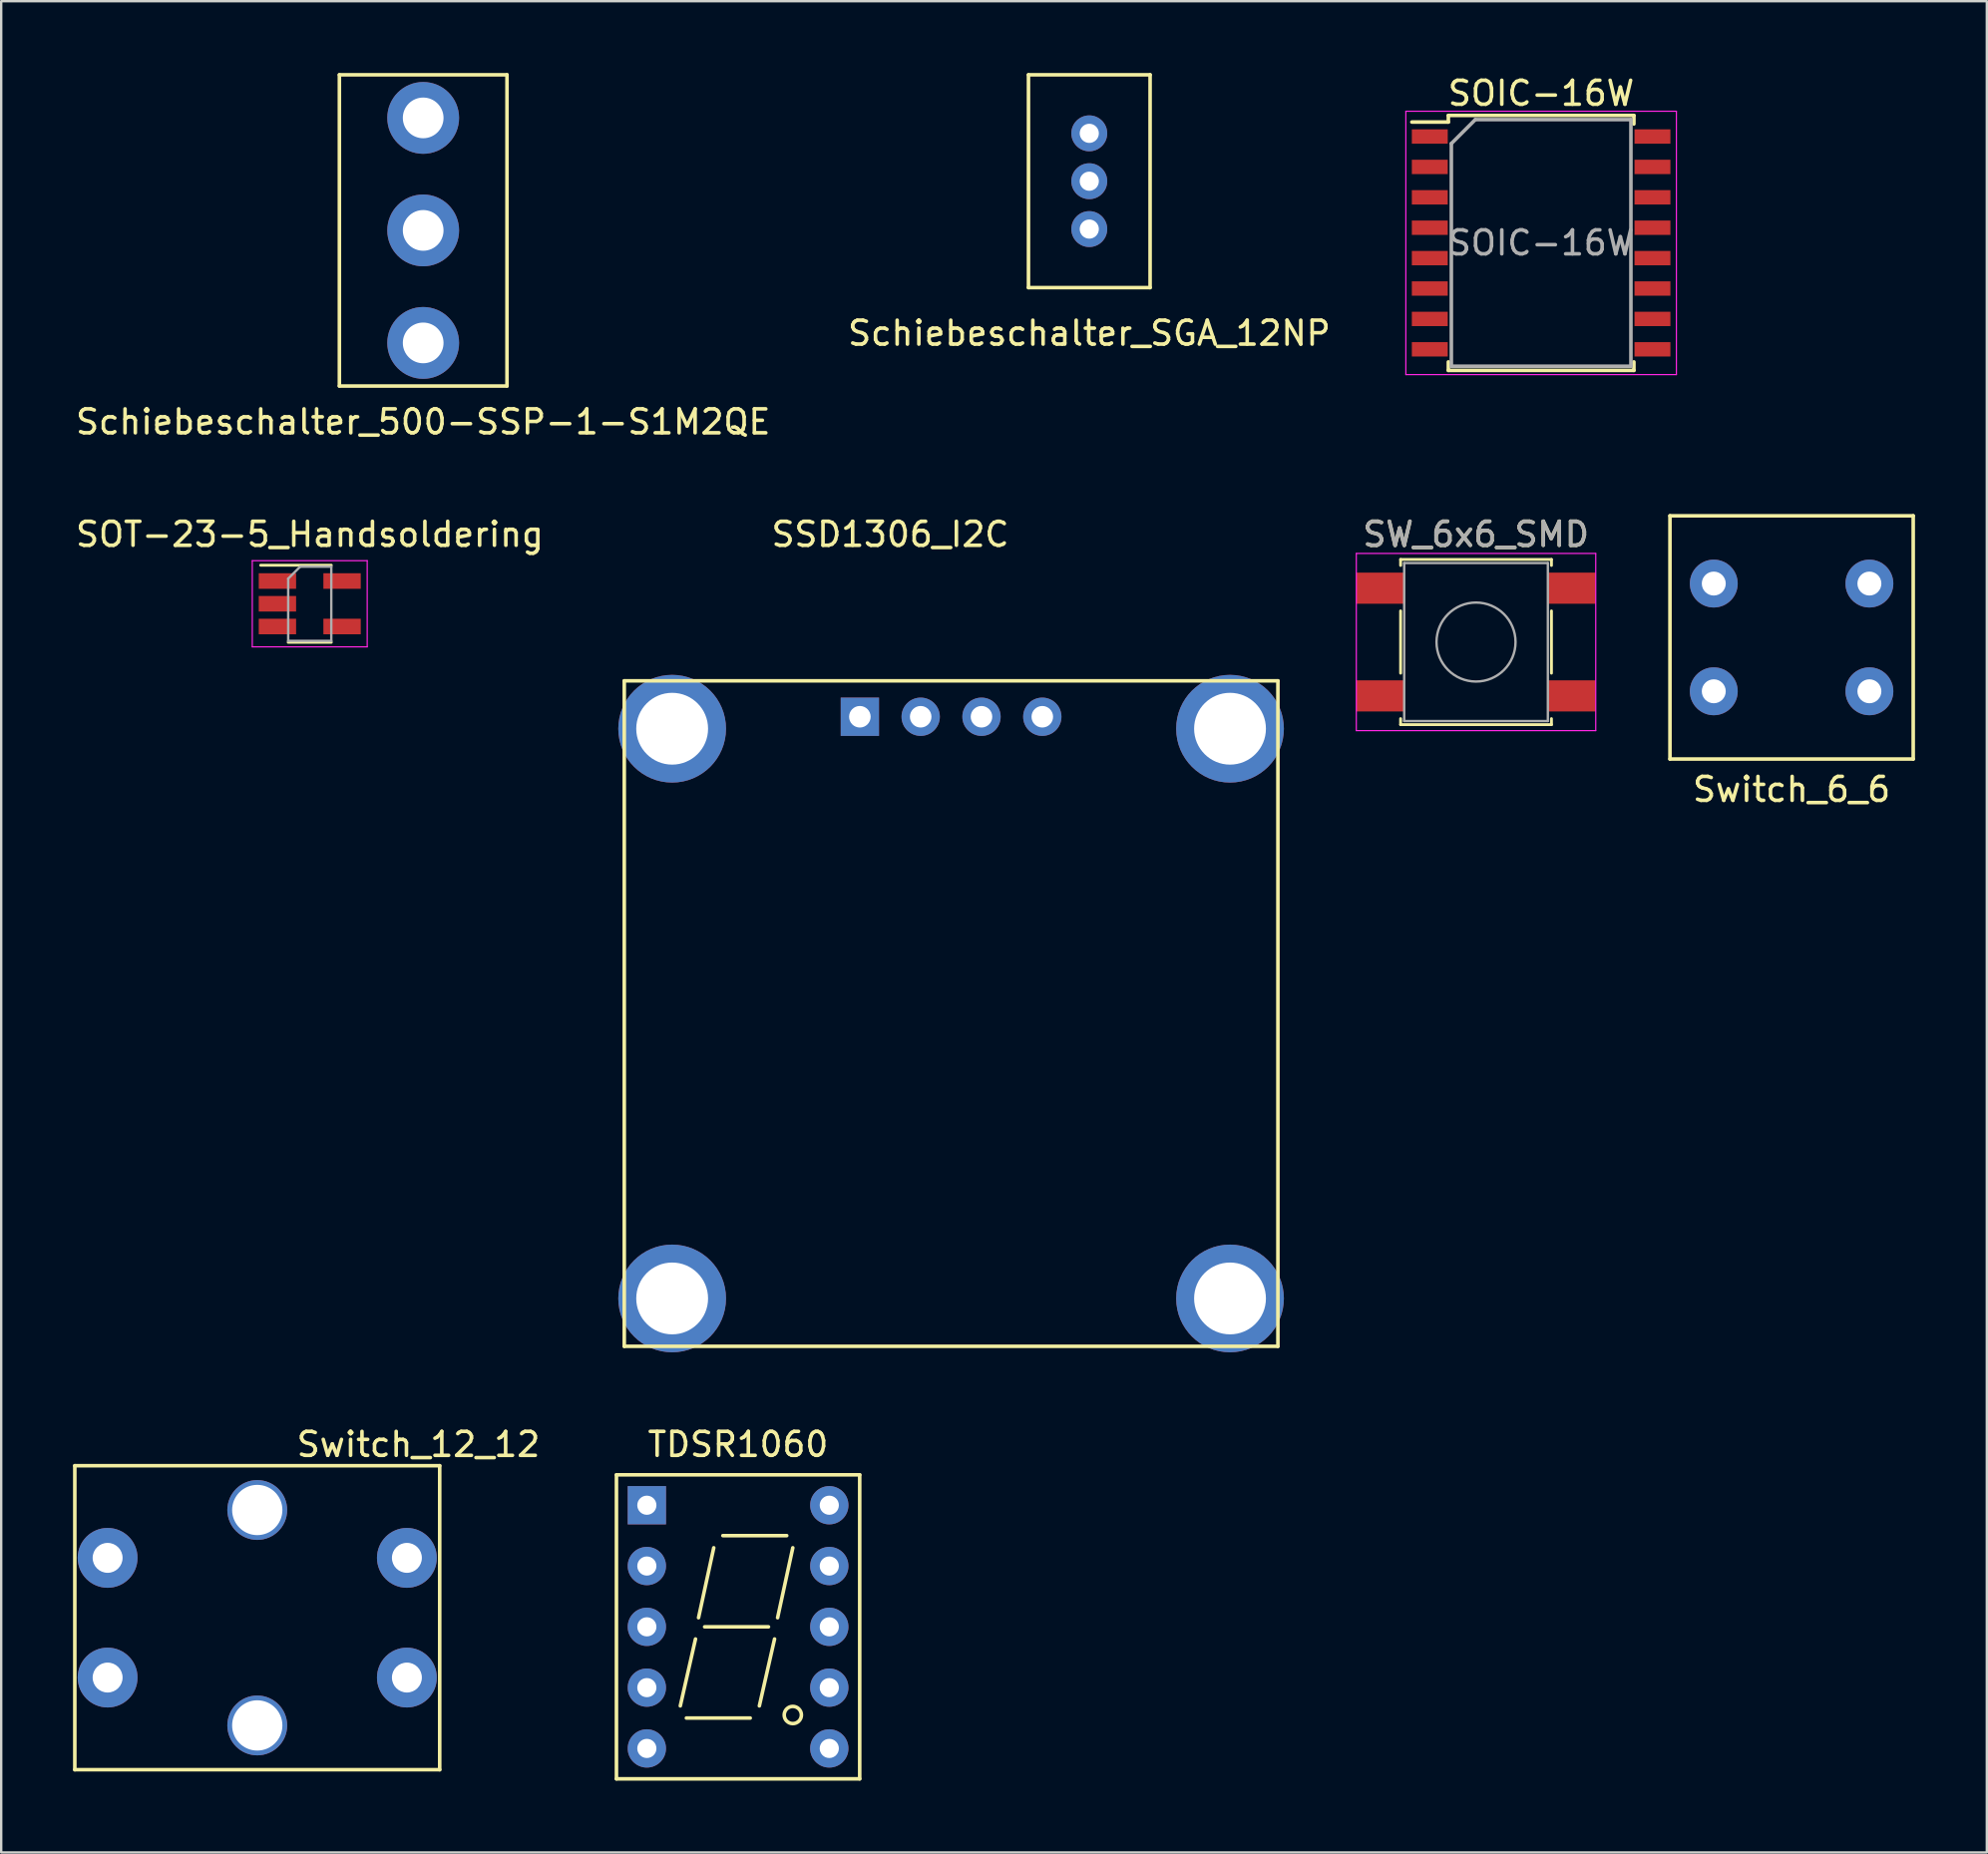
<source format=kicad_pcb>
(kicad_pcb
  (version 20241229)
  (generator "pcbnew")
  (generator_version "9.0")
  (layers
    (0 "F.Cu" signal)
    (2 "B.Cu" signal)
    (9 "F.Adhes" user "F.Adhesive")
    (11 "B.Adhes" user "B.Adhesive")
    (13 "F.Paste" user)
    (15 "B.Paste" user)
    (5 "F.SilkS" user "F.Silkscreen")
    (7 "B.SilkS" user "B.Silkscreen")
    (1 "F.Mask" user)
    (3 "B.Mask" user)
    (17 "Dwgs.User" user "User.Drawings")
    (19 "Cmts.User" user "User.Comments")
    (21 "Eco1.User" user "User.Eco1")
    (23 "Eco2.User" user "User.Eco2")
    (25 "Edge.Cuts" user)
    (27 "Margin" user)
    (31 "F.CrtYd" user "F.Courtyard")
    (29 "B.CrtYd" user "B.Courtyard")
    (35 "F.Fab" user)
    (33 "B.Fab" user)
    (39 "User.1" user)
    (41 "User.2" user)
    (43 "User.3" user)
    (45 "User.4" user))
  (footprint "SOT-23-5_Handsoldering"
    (layer "F.Cu")
    (at 9.887 22.172)
    (property "Reference" "SOT-23-5_Handsoldering" (at 0 -2.9 0) (layer "F.SilkS") (effects (font (size 1 1) (thickness 0.15))))
    (attr smd)
    (fp_line (start -0.9 1.61) (end 0.9 1.61) (stroke (width 0.12) (type solid)) (layer "F.SilkS"))
    (fp_line (start 0.9 -1.61) (end -2.05 -1.61) (stroke (width 0.12) (type solid)) (layer "F.SilkS"))
    (fp_line (start -2.4 -1.8) (end 2.4 -1.8) (stroke (width 0.05) (type solid)) (layer "F.CrtYd"))
    (fp_line (start -2.4 1.8) (end -2.4 -1.8) (stroke (width 0.05) (type solid)) (layer "F.CrtYd"))
    (fp_line (start 2.4 -1.8) (end 2.4 1.8) (stroke (width 0.05) (type solid)) (layer "F.CrtYd"))
    (fp_line (start 2.4 1.8) (end -2.4 1.8) (stroke (width 0.05) (type solid)) (layer "F.CrtYd"))
    (fp_line (start -0.9 -1.05) (end -0.9 1.55) (stroke (width 0.1) (type solid)) (layer "F.Fab"))
    (fp_line (start -0.4 -1.55) (end -0.9 -1.05) (stroke (width 0.1) (type solid)) (layer "F.Fab"))
    (fp_line (start 0.9 -1.55) (end -0.4 -1.55) (stroke (width 0.1) (type solid)) (layer "F.Fab"))
    (fp_line (start 0.9 -1.55) (end 0.9 1.55) (stroke (width 0.1) (type solid)) (layer "F.Fab"))
    (fp_line (start 0.9 1.55) (end -0.9 1.55) (stroke (width 0.1) (type solid)) (layer "F.Fab"))
    (pad "1" smd rect (at -1.35 -0.95) (size 1.56 0.65) (layers "F.Cu" "F.Mask" "F.Paste"))
    (pad "2" smd rect (at -1.35 0) (size 1.56 0.65) (layers "F.Cu" "F.Mask" "F.Paste"))
    (pad "3" smd rect (at -1.35 0.95) (size 1.56 0.65) (layers "F.Cu" "F.Mask" "F.Paste"))
    (pad "4" smd rect (at 1.35 0.95) (size 1.56 0.65) (layers "F.Cu" "F.Mask" "F.Paste"))
    (pad "5" smd rect (at 1.35 -0.95) (size 1.56 0.65) (layers "F.Cu" "F.Mask" "F.Paste")))
  (footprint "Schiebeschalter_500-SSP-1-S1M2QE"
    (layer "F.Cu")
    (at 14.625 6.575)
    (property "Reference" "Schiebeschalter_500-SSP-1-S1M2QE" (at 0 8 0) (layer "F.SilkS") (effects (font (size 1 1) (thickness 0.15))))
    (attr through_hole)
    (fp_line (start -3.5 -6.5) (end 3.5 -6.5) (stroke (width 0.15) (type solid)) (layer "F.SilkS"))
    (fp_line (start -3.5 6.5) (end -3.5 -6.5) (stroke (width 0.15) (type solid)) (layer "F.SilkS"))
    (fp_line (start 3.5 -6.5) (end 3.5 6.5) (stroke (width 0.15) (type solid)) (layer "F.SilkS"))
    (fp_line (start 3.5 6.5) (end -3.5 6.5) (stroke (width 0.15) (type solid)) (layer "F.SilkS"))
    (pad "1" thru_hole circle (at 0 0) (size 3 3) (drill 1.7) (layers "*.Cu" "*.Mask"))
    (pad "2" thru_hole circle (at 0 -4.7) (size 3 3) (drill 1.7) (layers "*.Cu" "*.Mask"))
    (pad "3" thru_hole circle (at 0 4.7) (size 3 3) (drill 1.7) (layers "*.Cu" "*.Mask")))
  (footprint "TDSR1060"
    (layer "F.Cu")
    (at 27.777 64.91)
    (property "Reference" "TDSR1060" (at 0 -7.62 0) (layer "F.SilkS") (effects (font (size 1 1) (thickness 0.15))))
    (attr through_hole)
    (fp_line (start -5.08 -6.35) (end -5.08 6.35) (stroke (width 0.15) (type solid)) (layer "F.SilkS"))
    (fp_line (start -5.08 6.35) (end 5.08 6.35) (stroke (width 0.15) (type solid)) (layer "F.SilkS"))
    (fp_line (start -2.413 3.302) (end -1.778 0.508) (stroke (width 0.15) (type solid)) (layer "F.SilkS"))
    (fp_line (start -2.159 3.81) (end 0.508 3.81) (stroke (width 0.15) (type solid)) (layer "F.SilkS"))
    (fp_line (start -1.651 -0.381) (end -1.016 -3.302) (stroke (width 0.15) (type solid)) (layer "F.SilkS"))
    (fp_line (start -1.397 0) (end 1.27 0) (stroke (width 0.15) (type solid)) (layer "F.SilkS"))
    (fp_line (start -0.635 -3.81) (end 2.032 -3.81) (stroke (width 0.15) (type solid)) (layer "F.SilkS"))
    (fp_line (start 0.889 3.302) (end 1.524 0.508) (stroke (width 0.15) (type solid)) (layer "F.SilkS"))
    (fp_line (start 1.651 -0.381) (end 2.286 -3.302) (stroke (width 0.15) (type solid)) (layer "F.SilkS"))
    (fp_line (start 5.08 -6.35) (end -5.08 -6.35) (stroke (width 0.15) (type solid)) (layer "F.SilkS"))
    (fp_line (start 5.08 6.35) (end 5.08 -6.35) (stroke (width 0.15) (type solid)) (layer "F.SilkS"))
    (fp_circle (center 2.286 3.683) (end 2.54 3.937) (stroke (width 0.15) (type solid)) (fill no) (layer "F.SilkS"))
    (pad "1" thru_hole rect (at -3.81 -5.08) (size 1.6 1.6) (drill 0.8) (layers "*.Cu" "*.Mask"))
    (pad "2" thru_hole circle (at -3.81 -2.54) (size 1.6 1.6) (drill 0.8) (layers "*.Cu" "*.Mask"))
    (pad "3" thru_hole circle (at -3.81 0) (size 1.6 1.6) (drill 0.8) (layers "*.Cu" "*.Mask"))
    (pad "4" thru_hole circle (at -3.81 2.54) (size 1.6 1.6) (drill 0.8) (layers "*.Cu" "*.Mask"))
    (pad "5" thru_hole circle (at -3.81 5.08) (size 1.6 1.6) (drill 0.8) (layers "*.Cu" "*.Mask"))
    (pad "6" thru_hole circle (at 3.81 5.08) (size 1.6 1.6) (drill 0.8) (layers "*.Cu" "*.Mask"))
    (pad "7" thru_hole circle (at 3.81 2.54) (size 1.6 1.6) (drill 0.8) (layers "*.Cu" "*.Mask"))
    (pad "8" thru_hole circle (at 3.81 0) (size 1.6 1.6) (drill 0.8) (layers "*.Cu" "*.Mask"))
    (pad "9" thru_hole circle (at 3.81 -2.54) (size 1.6 1.6) (drill 0.8) (layers "*.Cu" "*.Mask"))
    (pad "10" thru_hole circle (at 3.81 -5.08) (size 1.6 1.6) (drill 0.8) (layers "*.Cu" "*.Mask")))
  (footprint "Switch_12_12"
    (layer "F.Cu")
    (at 7.695 64.529)
    (property "Reference" "Switch_12_12" (at 6.731 -7.239 180) (layer "F.SilkS") (effects (font (size 1 1) (thickness 0.15))))
    (attr through_hole)
    (fp_line (start -7.62 -6.35) (end -7.62 6.35) (stroke (width 0.15) (type solid)) (layer "F.SilkS"))
    (fp_line (start -7.62 6.35) (end 7.62 6.35) (stroke (width 0.15) (type solid)) (layer "F.SilkS"))
    (fp_line (start 7.62 -6.35) (end -7.62 -6.35) (stroke (width 0.15) (type solid)) (layer "F.SilkS"))
    (fp_line (start 7.62 6.35) (end 7.62 -6.35) (stroke (width 0.15) (type solid)) (layer "F.SilkS"))
    (pad "1" thru_hole circle (at -6.25 -2.5) (size 2.5 2.5) (drill 1.25) (layers "*.Cu" "*.Mask"))
    (pad "1" thru_hole circle (at 6.25 -2.5) (size 2.5 2.5) (drill 1.25) (layers "*.Cu" "*.Mask"))
    (pad "2" thru_hole circle (at -6.25 2.5) (size 2.5 2.5) (drill 1.25) (layers "*.Cu" "*.Mask"))
    (pad "2" thru_hole circle (at 6.25 2.5) (size 2.5 2.5) (drill 1.25) (layers "*.Cu" "*.Mask"))
    (pad "3" thru_hole circle (at 0 -4.5) (size 2.5 2.5) (drill 2.1) (layers "*.Cu" "*.Mask"))
    (pad "3" thru_hole circle (at 0 4.5) (size 2.5 2.5) (drill 2.1) (layers "*.Cu" "*.Mask")))
  (footprint "SW_6x6_SMD"
    (layer "F.Cu")
    (at 58.599 23.771)
    (property "Reference" "SW_6x6_SMD" (at 0 -4.5 0) (layer "F.SilkS") (effects (font (size 1 1) (thickness 0.15))))
    (attr smd)
    (fp_line (start -3.15 -3.45) (end 3.15 -3.45) (stroke (width 0.12) (type solid)) (layer "F.SilkS"))
    (fp_line (start -3.15 -3.2) (end -3.15 -3.45) (stroke (width 0.12) (type solid)) (layer "F.SilkS"))
    (fp_line (start -3.15 1.3) (end -3.15 -1.3) (stroke (width 0.12) (type solid)) (layer "F.SilkS"))
    (fp_line (start -3.15 3.45) (end -3.15 3.2) (stroke (width 0.12) (type solid)) (layer "F.SilkS"))
    (fp_line (start 3.15 -3.45) (end 3.15 -3.2) (stroke (width 0.12) (type solid)) (layer "F.SilkS"))
    (fp_line (start 3.15 -1.3) (end 3.15 1.3) (stroke (width 0.12) (type solid)) (layer "F.SilkS"))
    (fp_line (start 3.15 3.2) (end 3.15 3.45) (stroke (width 0.12) (type solid)) (layer "F.SilkS"))
    (fp_line (start 3.15 3.45) (end -3.15 3.45) (stroke (width 0.12) (type solid)) (layer "F.SilkS"))
    (fp_line (start -5 -3.7) (end -5 3.7) (stroke (width 0.05) (type solid)) (layer "F.CrtYd"))
    (fp_line (start -5 3.7) (end 5 3.7) (stroke (width 0.05) (type solid)) (layer "F.CrtYd"))
    (fp_line (start 5 -3.7) (end -5 -3.7) (stroke (width 0.05) (type solid)) (layer "F.CrtYd"))
    (fp_line (start 5 3.7) (end 5 -3.7) (stroke (width 0.05) (type solid)) (layer "F.CrtYd"))
    (fp_line (start -3 -3.3) (end 3 -3.3) (stroke (width 0.1) (type solid)) (layer "F.Fab"))
    (fp_line (start -3 3.3) (end -3 -3.3) (stroke (width 0.1) (type solid)) (layer "F.Fab"))
    (fp_line (start 3 -3.3) (end 3 3.3) (stroke (width 0.1) (type solid)) (layer "F.Fab"))
    (fp_line (start 3 3.3) (end -3 3.3) (stroke (width 0.1) (type solid)) (layer "F.Fab"))
    (fp_circle (center 0 0) (end 1.65 0) (stroke (width 0.1) (type solid)) (fill no) (layer "F.Fab"))
    (fp_text user "${REFERENCE}" (at 0 -4.5 0) (layer "F.Fab") (effects (font (size 1 1) (thickness 0.15))))
    (pad "1" smd rect (at -4 -2.25) (size 2 1.3) (layers "F.Cu" "F.Mask" "F.Paste"))
    (pad "2" smd rect (at -4 2.25) (size 2 1.3) (layers "F.Cu" "F.Mask" "F.Paste"))
    (pad "3" smd rect (at 4 -2.25) (size 2 1.3) (layers "F.Cu" "F.Mask" "F.Paste"))
    (pad "4" smd rect (at 4 2.25) (size 2 1.3) (layers "F.Cu" "F.Mask" "F.Paste")))
  (footprint "SSD1306_I2C"
    (layer "F.Cu")
    (at 36.674 26.892)
    (property "Reference" "SSD1306_I2C" (at -2.54 -7.62 0) (layer "F.SilkS") (effects (font (size 1 1) (thickness 0.15))))
    (attr through_hole)
    (fp_line (start -13.65 -1.5) (end -13.65 26.3) (stroke (width 0.15) (type solid)) (layer "F.SilkS"))
    (fp_line (start -13.65 -1.5) (end 13.65 -1.5) (stroke (width 0.15) (type solid)) (layer "F.SilkS"))
    (fp_line (start -13.65 26.3) (end 13.65 26.3) (stroke (width 0.15) (type solid)) (layer "F.SilkS"))
    (fp_line (start 13.65 -1.5) (end 13.65 26.3) (stroke (width 0.15) (type solid)) (layer "F.SilkS"))
    (pad "0" thru_hole circle (at -11.65 0.5) (size 4.5 4.5) (drill 3) (layers "*.Cu" "*.Mask"))
    (pad "0" thru_hole circle (at -11.65 24.3) (size 4.5 4.5) (drill 3) (layers "*.Cu" "*.Mask"))
    (pad "0" thru_hole circle (at 11.65 0.5) (size 4.5 4.5) (drill 3) (layers "*.Cu" "*.Mask"))
    (pad "0" thru_hole circle (at 11.65 24.3) (size 4.5 4.5) (drill 3) (layers "*.Cu" "*.Mask"))
    (pad "1" thru_hole rect (at -3.81 0) (size 1.6 1.6) (drill 0.9) (layers "*.Cu" "*.Mask"))
    (pad "2" thru_hole circle (at -1.27 0) (size 1.6 1.6) (drill 0.9) (layers "*.Cu" "*.Mask"))
    (pad "3" thru_hole circle (at 1.27 0) (size 1.6 1.6) (drill 0.9) (layers "*.Cu" "*.Mask"))
    (pad "4" thru_hole circle (at 3.81 0) (size 1.6 1.6) (drill 0.9) (layers "*.Cu" "*.Mask")))
  (footprint "SOIC-16W"
    (layer "F.Cu")
    (at 61.318 7.098)
    (property "Reference" "SOIC-16W" (at 0 -6.25 0) (layer "F.SilkS") (effects (font (size 1 1) (thickness 0.15))))
    (attr smd)
    (fp_line (start -3.875 -5.325) (end -3.875 -5.05) (stroke (width 0.15) (type solid)) (layer "F.SilkS"))
    (fp_line (start -3.875 -5.325) (end 3.875 -5.325) (stroke (width 0.15) (type solid)) (layer "F.SilkS"))
    (fp_line (start -3.875 -5.05) (end -5.4 -5.05) (stroke (width 0.15) (type solid)) (layer "F.SilkS"))
    (fp_line (start -3.875 5.325) (end -3.875 4.97) (stroke (width 0.15) (type solid)) (layer "F.SilkS"))
    (fp_line (start -3.875 5.325) (end 3.875 5.325) (stroke (width 0.15) (type solid)) (layer "F.SilkS"))
    (fp_line (start 3.875 -5.325) (end 3.875 -4.97) (stroke (width 0.15) (type solid)) (layer "F.SilkS"))
    (fp_line (start 3.875 5.325) (end 3.875 4.97) (stroke (width 0.15) (type solid)) (layer "F.SilkS"))
    (fp_line (start -5.65 -5.5) (end -5.65 5.5) (stroke (width 0.05) (type solid)) (layer "F.CrtYd"))
    (fp_line (start -5.65 -5.5) (end 5.65 -5.5) (stroke (width 0.05) (type solid)) (layer "F.CrtYd"))
    (fp_line (start -5.65 5.5) (end 5.65 5.5) (stroke (width 0.05) (type solid)) (layer "F.CrtYd"))
    (fp_line (start 5.65 -5.5) (end 5.65 5.5) (stroke (width 0.05) (type solid)) (layer "F.CrtYd"))
    (fp_line (start -3.75 -4.15) (end -2.75 -5.15) (stroke (width 0.15) (type solid)) (layer "F.Fab"))
    (fp_line (start -3.75 5.15) (end -3.75 -4.15) (stroke (width 0.15) (type solid)) (layer "F.Fab"))
    (fp_line (start -2.75 -5.15) (end 3.75 -5.15) (stroke (width 0.15) (type solid)) (layer "F.Fab"))
    (fp_line (start 3.75 -5.15) (end 3.75 5.15) (stroke (width 0.15) (type solid)) (layer "F.Fab"))
    (fp_line (start 3.75 5.15) (end -3.75 5.15) (stroke (width 0.15) (type solid)) (layer "F.Fab"))
    (fp_text user "${REFERENCE}" (at 0 0 0) (layer "F.Fab") (effects (font (size 1 1) (thickness 0.15))))
    (pad "1" smd rect (at -4.65 -4.445) (size 1.5 0.6) (layers "F.Cu" "F.Mask" "F.Paste"))
    (pad "2" smd rect (at -4.65 -3.175) (size 1.5 0.6) (layers "F.Cu" "F.Mask" "F.Paste"))
    (pad "3" smd rect (at -4.65 -1.905) (size 1.5 0.6) (layers "F.Cu" "F.Mask" "F.Paste"))
    (pad "4" smd rect (at -4.65 -0.635) (size 1.5 0.6) (layers "F.Cu" "F.Mask" "F.Paste"))
    (pad "5" smd rect (at -4.65 0.635) (size 1.5 0.6) (layers "F.Cu" "F.Mask" "F.Paste"))
    (pad "6" smd rect (at -4.65 1.905) (size 1.5 0.6) (layers "F.Cu" "F.Mask" "F.Paste"))
    (pad "7" smd rect (at -4.65 3.175) (size 1.5 0.6) (layers "F.Cu" "F.Mask" "F.Paste"))
    (pad "8" smd rect (at -4.65 4.445) (size 1.5 0.6) (layers "F.Cu" "F.Mask" "F.Paste"))
    (pad "9" smd rect (at 4.65 4.445) (size 1.5 0.6) (layers "F.Cu" "F.Mask" "F.Paste"))
    (pad "10" smd rect (at 4.65 3.175) (size 1.5 0.6) (layers "F.Cu" "F.Mask" "F.Paste"))
    (pad "11" smd rect (at 4.65 1.905) (size 1.5 0.6) (layers "F.Cu" "F.Mask" "F.Paste"))
    (pad "12" smd rect (at 4.65 0.635) (size 1.5 0.6) (layers "F.Cu" "F.Mask" "F.Paste"))
    (pad "13" smd rect (at 4.65 -0.635) (size 1.5 0.6) (layers "F.Cu" "F.Mask" "F.Paste"))
    (pad "14" smd rect (at 4.65 -1.905) (size 1.5 0.6) (layers "F.Cu" "F.Mask" "F.Paste"))
    (pad "15" smd rect (at 4.65 -3.175) (size 1.5 0.6) (layers "F.Cu" "F.Mask" "F.Paste"))
    (pad "16" smd rect (at 4.65 -4.445) (size 1.5 0.6) (layers "F.Cu" "F.Mask" "F.Paste")))
  (footprint "Switch_6_6"
    (layer "F.Cu")
    (at 71.779 23.578)
    (property "Reference" "Switch_6_6" (at 0 6.35 0) (layer "F.SilkS") (effects (font (size 1 1) (thickness 0.15))))
    (attr through_hole)
    (fp_line (start -5.08 -5.08) (end 5.08 -5.08) (stroke (width 0.15) (type solid)) (layer "F.SilkS"))
    (fp_line (start -5.08 5.08) (end -5.08 -5.08) (stroke (width 0.15) (type solid)) (layer "F.SilkS"))
    (fp_line (start 5.08 -5.08) (end 5.08 5.08) (stroke (width 0.15) (type solid)) (layer "F.SilkS"))
    (fp_line (start 5.08 5.08) (end -5.08 5.08) (stroke (width 0.15) (type solid)) (layer "F.SilkS"))
    (pad "1" thru_hole circle (at -3.25 -2.25) (size 2 2) (drill 1) (layers "*.Cu" "*.Mask"))
    (pad "1" thru_hole circle (at 3.25 -2.25) (size 2 2) (drill 1) (layers "*.Cu" "*.Mask"))
    (pad "2" thru_hole circle (at -3.25 2.25) (size 2 2) (drill 1) (layers "*.Cu" "*.Mask"))
    (pad "2" thru_hole circle (at 3.25 2.25) (size 2 2) (drill 1) (layers "*.Cu" "*.Mask")))
  (footprint "Schiebeschalter_SGA_12NP"
    (layer "F.Cu")
    (at 42.446 4.52)
    (property "Reference" "Schiebeschalter_SGA_12NP" (at 0 6.35 0) (layer "F.SilkS") (effects (font (size 1 1) (thickness 0.15))))
    (attr through_hole)
    (fp_line (start -2.54 -4.445) (end -2.54 4.445) (stroke (width 0.15) (type solid)) (layer "F.SilkS"))
    (fp_line (start -2.54 4.445) (end 2.54 4.445) (stroke (width 0.15) (type solid)) (layer "F.SilkS"))
    (fp_line (start 2.54 -4.445) (end -2.54 -4.445) (stroke (width 0.15) (type solid)) (layer "F.SilkS"))
    (fp_line (start 2.54 4.445) (end 2.54 -4.445) (stroke (width 0.15) (type solid)) (layer "F.SilkS"))
    (pad "1" thru_hole circle (at 0 0) (size 1.5 1.5) (drill 0.8) (layers "*.Cu" "*.Mask"))
    (pad "2" thru_hole circle (at 0 -2) (size 1.5 1.5) (drill 0.8) (layers "*.Cu" "*.Mask"))
    (pad "3" thru_hole circle (at 0 2) (size 1.5 1.5) (drill 0.8) (layers "*.Cu" "*.Mask")))
  (gr_rect
    (start -3 -3)
    (end 79.934 74.335)
    (stroke (width 0.1) (type default))
    (fill no)
    (layer "Edge.Cuts")))
</source>
